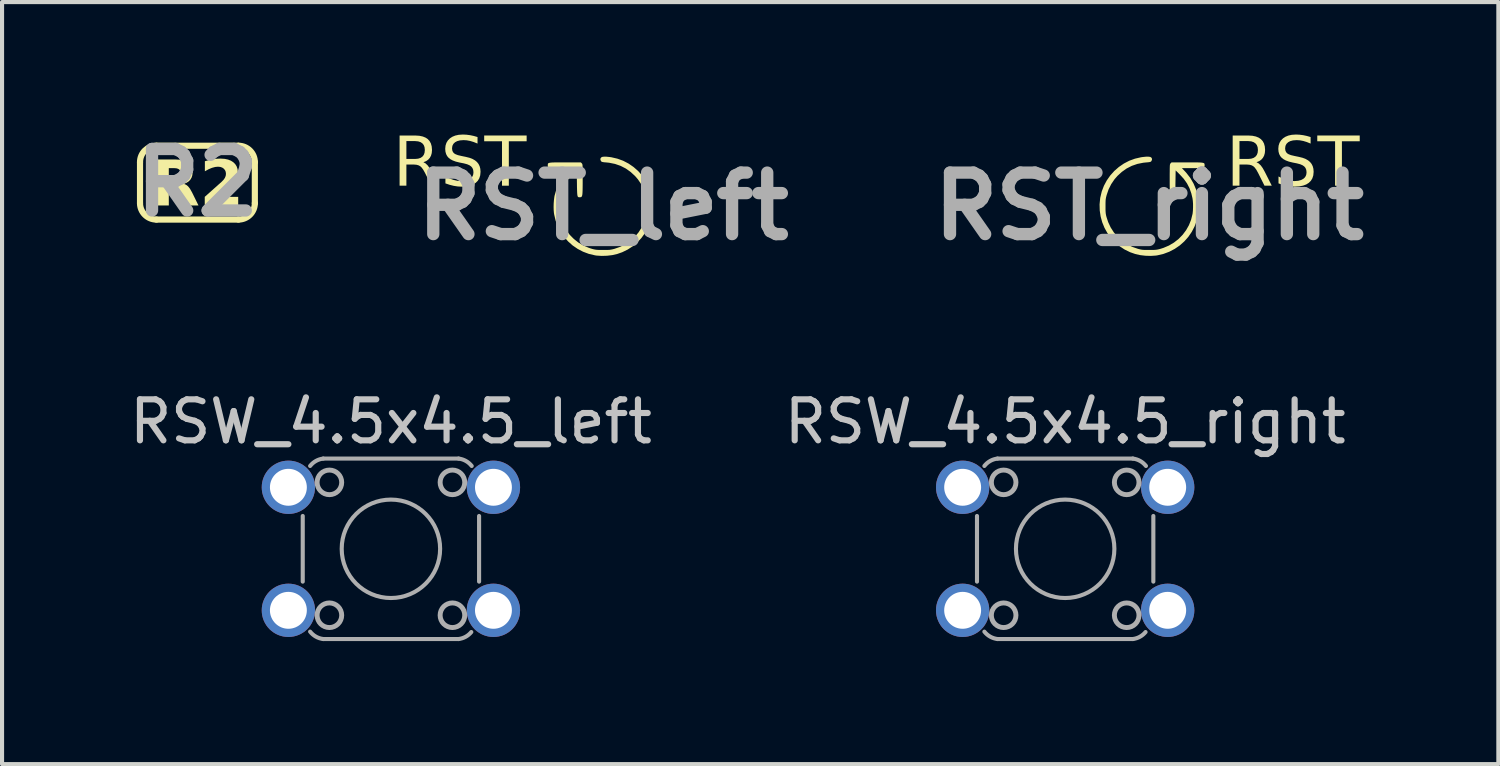
<source format=kicad_pcb>
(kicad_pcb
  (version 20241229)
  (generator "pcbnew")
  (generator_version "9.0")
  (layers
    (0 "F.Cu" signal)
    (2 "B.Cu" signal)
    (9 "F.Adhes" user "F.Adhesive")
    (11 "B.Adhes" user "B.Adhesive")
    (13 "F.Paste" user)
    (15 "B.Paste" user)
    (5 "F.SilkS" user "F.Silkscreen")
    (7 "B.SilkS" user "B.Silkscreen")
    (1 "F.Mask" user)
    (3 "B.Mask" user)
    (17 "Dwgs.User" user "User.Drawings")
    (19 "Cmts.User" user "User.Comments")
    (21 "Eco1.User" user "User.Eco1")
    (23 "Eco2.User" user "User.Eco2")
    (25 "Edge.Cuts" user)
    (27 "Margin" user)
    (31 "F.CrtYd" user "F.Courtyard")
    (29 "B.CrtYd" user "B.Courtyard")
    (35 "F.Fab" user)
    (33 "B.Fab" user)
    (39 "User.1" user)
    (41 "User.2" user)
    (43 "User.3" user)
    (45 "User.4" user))
  (footprint "RSW_4.5x4.5_left"
    (layer "F.Cu")
    (at 6.482 10.332)
    (property "Reference" "RSW_4.5x4.5_left" (at 0 -3.1 0) (layer "Dwgs.User") (effects (font (size 1 1) (thickness 0.15))))
    (attr through_hole)
    (fp_line (start -2.15 -0.8) (end -2.15 0.8) (stroke (width 0.1) (type solid)) (layer "F.Fab"))
    (fp_line (start -1.65 -2.2) (end 1.65 -2.2) (stroke (width 0.1) (type solid)) (layer "F.Fab"))
    (fp_line (start -1.65 2.2) (end 1.65 2.2) (stroke (width 0.1) (type solid)) (layer "F.Fab"))
    (fp_line (start 2.15 -0.8) (end 2.15 0.8) (stroke (width 0.1) (type solid)) (layer "F.Fab"))
    (fp_arc (start -1.97 -2.02) (mid -1.828053 -2.142094) (end -1.65 -2.2) (stroke (width 0.1) (type solid)) (layer "F.Fab"))
    (fp_arc (start -1.65 2.2) (mid -1.828053 2.142094) (end -1.97 2.02) (stroke (width 0.1) (type solid)) (layer "F.Fab"))
    (fp_arc (start 1.65 -2.2) (mid 1.828051 -2.142091) (end 1.97 -2.02) (stroke (width 0.1) (type solid)) (layer "F.Fab"))
    (fp_arc (start 1.96 2.03) (mid 1.821572 2.145218) (end 1.65 2.2) (stroke (width 0.1) (type solid)) (layer "F.Fab"))
    (fp_circle (center -1.5 -1.62) (end -1.2 -1.62) (stroke (width 0.12) (type solid)) (fill no) (layer "F.Fab"))
    (fp_circle (center -1.5 1.62) (end -1.2 1.62) (stroke (width 0.12) (type solid)) (fill no) (layer "F.Fab"))
    (fp_circle (center 0 0) (end 1.2 0) (stroke (width 0.1) (type solid)) (fill no) (layer "F.Fab"))
    (fp_circle (center 1.5 -1.62) (end 1.8 -1.62) (stroke (width 0.12) (type solid)) (fill no) (layer "F.Fab"))
    (fp_circle (center 1.5 1.62) (end 1.8 1.62) (stroke (width 0.12) (type solid)) (fill no) (layer "F.Fab"))
    (pad "" thru_hole circle (at -2.5 -1.5) (size 1.3 1.3) (drill 0.9) (layers "*.Cu" "B.Mask"))
    (pad "" thru_hole circle (at -2.5 1.5) (size 1.3 1.3) (drill 0.9) (layers "*.Cu" "B.Mask"))
    (pad "1" thru_hole circle (at 2.5 -1.5) (size 1.3 1.3) (drill 0.9) (layers "*.Cu" "B.Mask"))
    (pad "2" thru_hole circle (at 2.5 1.5) (size 1.3 1.3) (drill 0.9) (layers "*.Cu" "B.Mask")))
  (footprint "RST_right"
    (layer "F.Cu")
    (at 24.972 1.98)
    (property "Reference" "RST_right" (at 0 0 0) (layer "F.Fab") (effects (font (size 1.5 1.5) (thickness 0.3))))
    (attr board_only exclude_from_pos_files exclude_from_bom)
    (fp_poly (pts (xy -0.081 -1.209) (xy -0.159 -1.201) (xy -0.2 -1.195) (xy -0.347 -1.161) (xy -0.487 -1.11) (xy -0.618 -1.042) (xy -0.74 -0.958) (xy -0.851 -0.861) (xy -0.949 -0.752) (xy -1.034 -0.631) (xy -1.104 -0.5) (xy -1.157 -0.361) (xy -1.192 -0.215) (xy -1.195 -0.2) (xy -1.21 -0.047) (xy -1.206 0.103) (xy -1.184 0.25) (xy -1.145 0.391) (xy -1.09 0.526) (xy -1.019 0.653) (xy -0.934 0.771) (xy -0.835 0.878) (xy -0.723 0.973) (xy -0.6 1.054) (xy -0.465 1.12) (xy -0.339 1.164) (xy -0.22 1.191) (xy -0.093 1.206) (xy 0.037 1.21) (xy 0.161 1.202) (xy 0.2 1.196) (xy 0.349 1.161) (xy 0.49 1.108) (xy 0.622 1.039) (xy 0.745 0.955) (xy 0.855 0.857) (xy 0.953 0.747) (xy 1.037 0.625) (xy 1.106 0.493) (xy 1.159 0.353) (xy 1.194 0.204) (xy 1.201 0.162) (xy 1.207 0.095) (xy 1.209 0.016) (xy 1.207 -0.067) (xy 1.201 -0.148) (xy 1.192 -0.22) (xy 1.186 -0.255) (xy 1.143 -0.409) (xy 1.083 -0.551) (xy 1.007 -0.684) (xy 0.912 -0.807) (xy 0.874 -0.85) (xy 0.798 -0.93) (xy 1.052 -0.93) (xy 1.137 -0.931) (xy 1.204 -0.931) (xy 1.256 -0.933) (xy 1.293 -0.937) (xy 1.319 -0.942) (xy 1.336 -0.951) (xy 1.345 -0.962) (xy 1.35 -0.977) (xy 1.351 -0.996) (xy 1.351 -1) (xy 1.35 -1.017) (xy 1.349 -1.031) (xy 1.344 -1.043) (xy 1.334 -1.052) (xy 1.317 -1.058) (xy 1.292 -1.063) (xy 1.256 -1.067) (xy 1.208 -1.069) (xy 1.146 -1.07) (xy 1.069 -1.07) (xy 0.974 -1.07) (xy 0.925 -1.07) (xy 0.544 -1.07) (xy 0.522 -1.047) (xy 0.516 -1.041) (xy 0.512 -1.034) (xy 0.508 -1.023) (xy 0.505 -1.008) (xy 0.503 -0.985) (xy 0.502 -0.954) (xy 0.501 -0.912) (xy 0.501 -0.856) (xy 0.5 -0.786) (xy 0.5 -0.698) (xy 0.5 -0.651) (xy 0.5 -0.547) (xy 0.501 -0.462) (xy 0.502 -0.392) (xy 0.504 -0.338) (xy 0.507 -0.296) (xy 0.512 -0.266) (xy 0.519 -0.245) (xy 0.528 -0.232) (xy 0.539 -0.224) (xy 0.554 -0.221) (xy 0.571 -0.22) (xy 0.577 -0.22) (xy 0.592 -0.221) (xy 0.605 -0.223) (xy 0.615 -0.23) (xy 0.622 -0.243) (xy 0.628 -0.264) (xy 0.632 -0.295) (xy 0.635 -0.338) (xy 0.637 -0.395) (xy 0.639 -0.469) (xy 0.64 -0.56) (xy 0.64 -0.564) (xy 0.645 -0.875) (xy 0.746 -0.775) (xy 0.843 -0.669) (xy 0.921 -0.559) (xy 0.982 -0.442) (xy 1.027 -0.315) (xy 1.055 -0.198) (xy 1.064 -0.133) (xy 1.069 -0.057) (xy 1.069 0.025) (xy 1.066 0.105) (xy 1.059 0.174) (xy 1.056 0.19) (xy 1.021 0.33) (xy 0.969 0.461) (xy 0.899 0.584) (xy 0.815 0.696) (xy 0.716 0.797) (xy 0.605 0.884) (xy 0.482 0.957) (xy 0.348 1.014) (xy 0.273 1.038) (xy 0.235 1.048) (xy 0.202 1.055) (xy 0.17 1.06) (xy 0.133 1.063) (xy 0.087 1.065) (xy 0.028 1.065) (xy 0 1.065) (xy -0.066 1.065) (xy -0.116 1.064) (xy -0.156 1.062) (xy -0.19 1.057) (xy -0.222 1.051) (xy -0.257 1.042) (xy -0.273 1.038) (xy -0.414 0.989) (xy -0.544 0.923) (xy -0.662 0.842) (xy -0.769 0.747) (xy -0.861 0.638) (xy -0.939 0.517) (xy -1.001 0.385) (xy -1.037 0.275) (xy -1.048 0.237) (xy -1.055 0.203) (xy -1.06 0.171) (xy -1.063 0.134) (xy -1.065 0.089) (xy -1.065 0.03) (xy -1.065 0) (xy -1.065 -0.066) (xy -1.064 -0.116) (xy -1.062 -0.156) (xy -1.057 -0.19) (xy -1.051 -0.222) (xy -1.042 -0.257) (xy -1.038 -0.273) (xy -0.99 -0.413) (xy -0.926 -0.54) (xy -0.846 -0.658) (xy -0.777 -0.738) (xy -0.668 -0.838) (xy -0.551 -0.921) (xy -0.424 -0.986) (xy -0.288 -1.033) (xy -0.144 -1.062) (xy -0.076 -1.069) (xy -0.026 -1.073) (xy 0.007 -1.078) (xy 0.029 -1.083) (xy 0.043 -1.091) (xy 0.052 -1.1) (xy 0.068 -1.133) (xy 0.066 -1.166) (xy 0.05 -1.19) (xy 0.024 -1.204) (xy -0.02 -1.21)) (stroke (width 0) (type solid)) (fill yes) (layer "F.SilkS"))
    (fp_text user "RST" (at 3.5 -1 0) (unlocked yes) (layer "F.SilkS") (effects (font (face "Roboto") (size 1.2 1.2) (thickness 0.175)))))
  (footprint "RSW_4.5x4.5_right"
    (layer "F.Cu")
    (at 22.923 10.332)
    (property "Reference" "RSW_4.5x4.5_right" (at 0 -3.1 0) (layer "Dwgs.User") (effects (font (size 1 1) (thickness 0.15))))
    (attr through_hole)
    (fp_line (start -2.15 -0.8) (end -2.15 0.8) (stroke (width 0.1) (type solid)) (layer "F.Fab"))
    (fp_line (start -1.65 -2.2) (end 1.65 -2.2) (stroke (width 0.1) (type solid)) (layer "F.Fab"))
    (fp_line (start -1.65 2.2) (end 1.65 2.2) (stroke (width 0.1) (type solid)) (layer "F.Fab"))
    (fp_line (start 2.15 -0.8) (end 2.15 0.8) (stroke (width 0.1) (type solid)) (layer "F.Fab"))
    (fp_arc (start -1.97 -2.02) (mid -1.828053 -2.142094) (end -1.65 -2.2) (stroke (width 0.1) (type solid)) (layer "F.Fab"))
    (fp_arc (start -1.65 2.2) (mid -1.828053 2.142094) (end -1.97 2.02) (stroke (width 0.1) (type solid)) (layer "F.Fab"))
    (fp_arc (start 1.65 -2.2) (mid 1.828051 -2.142091) (end 1.97 -2.02) (stroke (width 0.1) (type solid)) (layer "F.Fab"))
    (fp_arc (start 1.96 2.03) (mid 1.821572 2.145218) (end 1.65 2.2) (stroke (width 0.1) (type solid)) (layer "F.Fab"))
    (fp_circle (center -1.5 -1.62) (end -1.2 -1.62) (stroke (width 0.12) (type solid)) (fill no) (layer "F.Fab"))
    (fp_circle (center -1.5 1.62) (end -1.2 1.62) (stroke (width 0.12) (type solid)) (fill no) (layer "F.Fab"))
    (fp_circle (center 0 0) (end 1.2 0) (stroke (width 0.1) (type solid)) (fill no) (layer "F.Fab"))
    (fp_circle (center 1.5 -1.62) (end 1.8 -1.62) (stroke (width 0.12) (type solid)) (fill no) (layer "F.Fab"))
    (fp_circle (center 1.5 1.62) (end 1.8 1.62) (stroke (width 0.12) (type solid)) (fill no) (layer "F.Fab"))
    (pad "" thru_hole circle (at -2.5 -1.5) (size 1.3 1.3) (drill 0.9) (layers "*.Cu" "B.Mask"))
    (pad "" thru_hole circle (at -2.5 1.5) (size 1.3 1.3) (drill 0.9) (layers "*.Cu" "B.Mask"))
    (pad "1" thru_hole circle (at 2.5 1.5) (size 1.3 1.3) (drill 0.9) (layers "*.Cu" "B.Mask"))
    (pad "2" thru_hole circle (at 2.5 -1.5) (size 1.3 1.3) (drill 0.9) (layers "*.Cu" "B.Mask")))
  (footprint "R2"
    (layer "F.Cu")
    (at 1.764 1.404)
    (property "Reference" "R2" (at 0 0 0) (layer "F.Fab") (effects (font (size 1.5 1.5) (thickness 0.3))))
    (attr board_only exclude_from_pos_files exclude_from_bom)
    (fp_line (start -1.4 -0.5) (end -1.4 0.5) (stroke (width 0.15) (type default)) (layer "F.SilkS"))
    (fp_line (start -1 -0.9) (end 1 -0.9) (stroke (width 0.15) (type default)) (layer "F.SilkS"))
    (fp_line (start -1 0.9) (end 1 0.9) (stroke (width 0.15) (type default)) (layer "F.SilkS"))
    (fp_line (start 1.4 -0.5) (end 1.4 0.5) (stroke (width 0.15) (type default)) (layer "F.SilkS"))
    (fp_arc (start -1.4 -0.5) (mid -1.282843 -0.782843) (end -1 -0.9) (stroke (width 0.15) (type default)) (layer "F.SilkS"))
    (fp_arc (start -1 0.9) (mid -1.282843 0.782843) (end -1.4 0.5) (stroke (width 0.15) (type default)) (layer "F.SilkS"))
    (fp_arc (start 1 -0.9) (mid 1.282843 -0.782843) (end 1.4 -0.5) (stroke (width 0.15) (type default)) (layer "F.SilkS"))
    (fp_arc (start 1.4 0.5) (mid 1.282843 0.782843) (end 1 0.9) (stroke (width 0.15) (type default)) (layer "F.SilkS"))
    (fp_text user "R2" (at 0 0.1 0) (unlocked yes) (layer "F.SilkS") (effects (font (face "Roboto") (size 1.1 1.1) (thickness 0.22) (bold yes)))))
  (footprint "RST_left"
    (layer "F.Cu")
    (at 11.658 1.98)
    (property "Reference" "RST_left" (at 0 0 0) (layer "F.Fab") (effects (font (size 1.5 1.5) (thickness 0.3))))
    (attr board_only exclude_from_pos_files exclude_from_bom)
    (fp_poly (pts (xy 0.081 -1.209) (xy 0.159 -1.201) (xy 0.2 -1.195) (xy 0.347 -1.161) (xy 0.487 -1.11) (xy 0.618 -1.042) (xy 0.74 -0.958) (xy 0.851 -0.861) (xy 0.949 -0.752) (xy 1.034 -0.631) (xy 1.104 -0.5) (xy 1.157 -0.361) (xy 1.192 -0.215) (xy 1.195 -0.2) (xy 1.21 -0.047) (xy 1.206 0.103) (xy 1.184 0.25) (xy 1.145 0.391) (xy 1.09 0.526) (xy 1.019 0.653) (xy 0.934 0.771) (xy 0.835 0.878) (xy 0.723 0.973) (xy 0.6 1.054) (xy 0.465 1.12) (xy 0.339 1.164) (xy 0.22 1.191) (xy 0.093 1.206) (xy -0.037 1.21) (xy -0.161 1.202) (xy -0.2 1.196) (xy -0.349 1.161) (xy -0.49 1.108) (xy -0.622 1.039) (xy -0.745 0.955) (xy -0.855 0.857) (xy -0.953 0.747) (xy -1.037 0.625) (xy -1.106 0.493) (xy -1.159 0.353) (xy -1.194 0.204) (xy -1.201 0.162) (xy -1.207 0.095) (xy -1.209 0.016) (xy -1.207 -0.067) (xy -1.201 -0.148) (xy -1.192 -0.22) (xy -1.186 -0.255) (xy -1.143 -0.409) (xy -1.083 -0.551) (xy -1.007 -0.684) (xy -0.912 -0.807) (xy -0.874 -0.85) (xy -0.798 -0.93) (xy -1.052 -0.93) (xy -1.137 -0.931) (xy -1.204 -0.931) (xy -1.256 -0.933) (xy -1.293 -0.937) (xy -1.319 -0.942) (xy -1.336 -0.951) (xy -1.345 -0.962) (xy -1.35 -0.977) (xy -1.351 -0.996) (xy -1.351 -1) (xy -1.35 -1.017) (xy -1.349 -1.031) (xy -1.344 -1.043) (xy -1.334 -1.052) (xy -1.317 -1.058) (xy -1.292 -1.063) (xy -1.256 -1.067) (xy -1.208 -1.069) (xy -1.146 -1.07) (xy -1.069 -1.07) (xy -0.974 -1.07) (xy -0.925 -1.07) (xy -0.544 -1.07) (xy -0.522 -1.047) (xy -0.516 -1.041) (xy -0.512 -1.034) (xy -0.508 -1.023) (xy -0.505 -1.008) (xy -0.503 -0.985) (xy -0.502 -0.954) (xy -0.501 -0.912) (xy -0.501 -0.856) (xy -0.5 -0.786) (xy -0.5 -0.698) (xy -0.5 -0.651) (xy -0.5 -0.547) (xy -0.501 -0.462) (xy -0.502 -0.392) (xy -0.504 -0.338) (xy -0.507 -0.296) (xy -0.512 -0.266) (xy -0.519 -0.245) (xy -0.528 -0.232) (xy -0.539 -0.224) (xy -0.554 -0.221) (xy -0.571 -0.22) (xy -0.577 -0.22) (xy -0.592 -0.221) (xy -0.605 -0.223) (xy -0.615 -0.23) (xy -0.622 -0.243) (xy -0.628 -0.264) (xy -0.632 -0.295) (xy -0.635 -0.338) (xy -0.637 -0.395) (xy -0.639 -0.469) (xy -0.64 -0.56) (xy -0.64 -0.564) (xy -0.645 -0.875) (xy -0.746 -0.775) (xy -0.843 -0.669) (xy -0.921 -0.559) (xy -0.982 -0.442) (xy -1.027 -0.315) (xy -1.055 -0.198) (xy -1.064 -0.133) (xy -1.069 -0.057) (xy -1.069 0.025) (xy -1.066 0.105) (xy -1.059 0.174) (xy -1.056 0.19) (xy -1.021 0.33) (xy -0.969 0.461) (xy -0.899 0.584) (xy -0.815 0.696) (xy -0.716 0.797) (xy -0.605 0.884) (xy -0.482 0.957) (xy -0.348 1.014) (xy -0.273 1.038) (xy -0.235 1.048) (xy -0.202 1.055) (xy -0.17 1.06) (xy -0.133 1.063) (xy -0.087 1.065) (xy -0.028 1.065) (xy 0 1.065) (xy 0.066 1.065) (xy 0.116 1.064) (xy 0.156 1.062) (xy 0.19 1.057) (xy 0.222 1.051) (xy 0.257 1.042) (xy 0.273 1.038) (xy 0.414 0.989) (xy 0.544 0.923) (xy 0.662 0.842) (xy 0.769 0.747) (xy 0.861 0.638) (xy 0.939 0.517) (xy 1.001 0.385) (xy 1.037 0.275) (xy 1.048 0.237) (xy 1.055 0.203) (xy 1.06 0.171) (xy 1.063 0.134) (xy 1.065 0.089) (xy 1.065 0.03) (xy 1.065 0) (xy 1.065 -0.066) (xy 1.064 -0.116) (xy 1.062 -0.156) (xy 1.057 -0.19) (xy 1.051 -0.222) (xy 1.042 -0.257) (xy 1.038 -0.273) (xy 0.99 -0.413) (xy 0.926 -0.54) (xy 0.846 -0.658) (xy 0.777 -0.738) (xy 0.668 -0.838) (xy 0.551 -0.921) (xy 0.424 -0.986) (xy 0.288 -1.033) (xy 0.144 -1.062) (xy 0.076 -1.069) (xy 0.026 -1.073) (xy -0.007 -1.078) (xy -0.029 -1.083) (xy -0.043 -1.091) (xy -0.052 -1.1) (xy -0.068 -1.133) (xy -0.066 -1.166) (xy -0.05 -1.19) (xy -0.024 -1.204) (xy 0.02 -1.21)) (stroke (width 0) (type solid)) (fill yes) (layer "F.SilkS"))
    (fp_text user "RST" (at -3.5 -1 0) (unlocked yes) (layer "F.SilkS") (effects (font (face "Roboto") (size 1.2 1.2) (thickness 0.175)))))
  (gr_rect
    (start -3 -3)
    (end 33.486 15.582)
    (stroke (width 0.1) (type default))
    (fill no)
    (layer "Edge.Cuts")))
</source>
